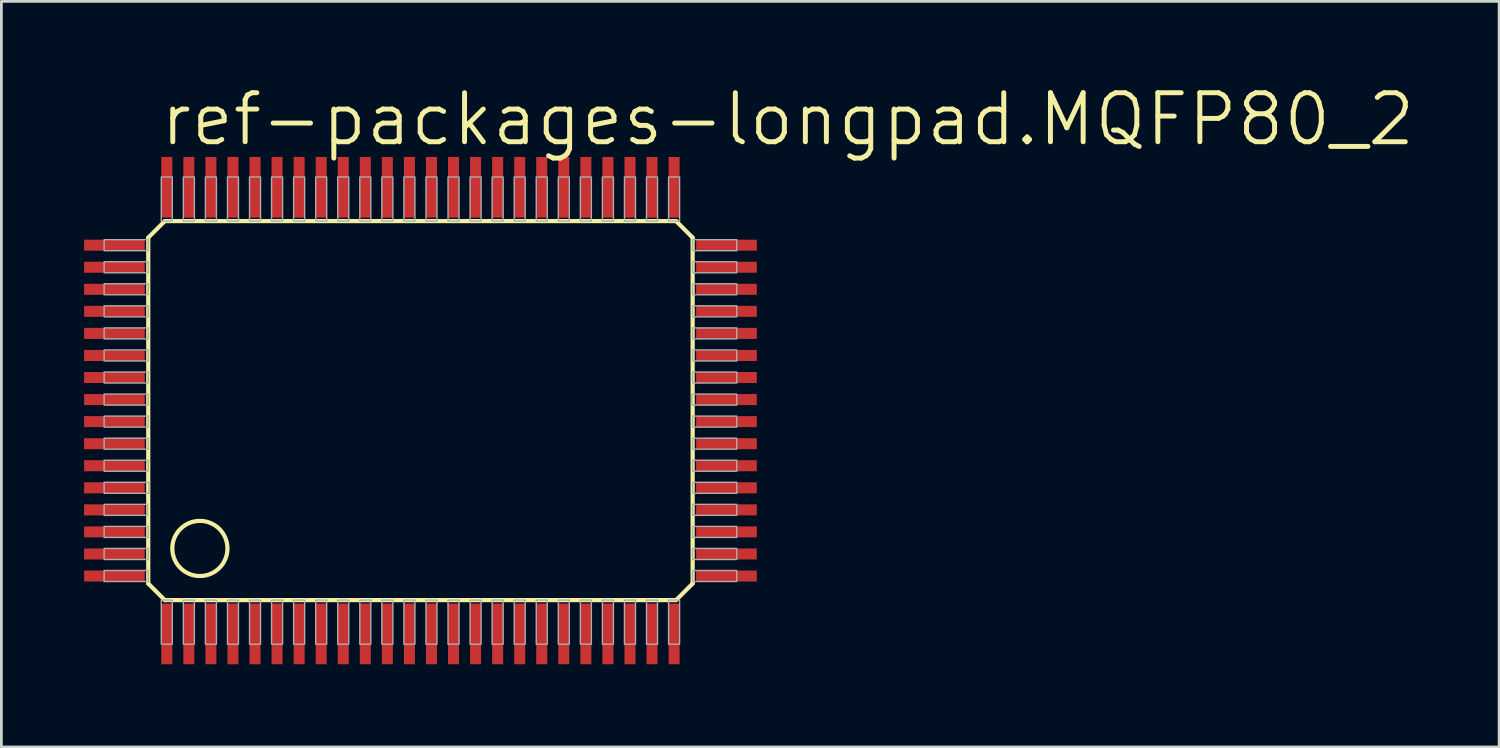
<source format=kicad_pcb>
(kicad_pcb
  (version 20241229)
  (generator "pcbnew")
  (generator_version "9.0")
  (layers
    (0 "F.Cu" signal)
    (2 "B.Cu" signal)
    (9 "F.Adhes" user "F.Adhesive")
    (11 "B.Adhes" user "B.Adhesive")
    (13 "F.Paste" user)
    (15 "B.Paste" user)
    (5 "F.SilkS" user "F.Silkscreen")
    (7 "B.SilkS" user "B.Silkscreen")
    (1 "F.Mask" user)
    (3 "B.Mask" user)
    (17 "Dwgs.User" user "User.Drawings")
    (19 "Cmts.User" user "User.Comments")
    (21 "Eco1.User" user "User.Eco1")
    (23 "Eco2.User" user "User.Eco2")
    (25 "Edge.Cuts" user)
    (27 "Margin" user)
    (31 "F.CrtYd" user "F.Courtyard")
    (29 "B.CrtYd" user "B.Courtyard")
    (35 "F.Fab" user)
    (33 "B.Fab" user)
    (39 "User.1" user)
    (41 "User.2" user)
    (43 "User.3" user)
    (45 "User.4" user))
  (footprint "ref-packages-longpad.MQFP80_2"
    (layer "F.Cu")
    (at 12.2 11.843)
    (property "Reference" "ref-packages-longpad.MQFP80_2" (at -9.525 -9.525 0) (layer "F.SilkS") (effects (font (size 1.778 1.778) (thickness 0.18)) (justify left bottom)))
    (attr smd)
    (fp_line (start -9.873 -6.273) (end -9.273 -6.873) (stroke (width 0.152) (type default)) (layer "F.SilkS"))
    (fp_line (start -9.873 6.273) (end -9.873 -6.273) (stroke (width 0.152) (type default)) (layer "F.SilkS"))
    (fp_line (start -9.273 -6.873) (end 9.273 -6.873) (stroke (width 0.152) (type default)) (layer "F.SilkS"))
    (fp_line (start -9.273 6.873) (end -9.873 6.273) (stroke (width 0.152) (type default)) (layer "F.SilkS"))
    (fp_line (start 9.273 -6.873) (end 9.873 -6.273) (stroke (width 0.152) (type default)) (layer "F.SilkS"))
    (fp_line (start 9.273 6.873) (end -9.273 6.873) (stroke (width 0.152) (type default)) (layer "F.SilkS"))
    (fp_line (start 9.873 -6.273) (end 9.873 6.273) (stroke (width 0.152) (type default)) (layer "F.SilkS"))
    (fp_line (start 9.873 6.273) (end 9.273 6.873) (stroke (width 0.152) (type default)) (layer "F.SilkS"))
    (fp_circle (center -8 5) (end -7 5) (stroke (width 0.152) (type default)) (fill no) (layer "F.SilkS"))
    (fp_rect (start -11.473 -5.8) (end -9.873 -6.2) (stroke (width 0.05) (type default)) (fill no) (layer "F.Fab"))
    (fp_rect (start -11.473 -5) (end -9.873 -5.4) (stroke (width 0.05) (type default)) (fill no) (layer "F.Fab"))
    (fp_rect (start -11.473 -4.2) (end -9.873 -4.6) (stroke (width 0.05) (type default)) (fill no) (layer "F.Fab"))
    (fp_rect (start -11.473 -3.4) (end -9.873 -3.8) (stroke (width 0.05) (type default)) (fill no) (layer "F.Fab"))
    (fp_rect (start -11.473 -2.6) (end -9.873 -3) (stroke (width 0.05) (type default)) (fill no) (layer "F.Fab"))
    (fp_rect (start -11.473 -1.8) (end -9.873 -2.2) (stroke (width 0.05) (type default)) (fill no) (layer "F.Fab"))
    (fp_rect (start -11.473 -1) (end -9.873 -1.4) (stroke (width 0.05) (type default)) (fill no) (layer "F.Fab"))
    (fp_rect (start -11.473 -0.2) (end -9.873 -0.6) (stroke (width 0.05) (type default)) (fill no) (layer "F.Fab"))
    (fp_rect (start -11.473 0.6) (end -9.873 0.2) (stroke (width 0.05) (type default)) (fill no) (layer "F.Fab"))
    (fp_rect (start -11.473 1.4) (end -9.873 1) (stroke (width 0.05) (type default)) (fill no) (layer "F.Fab"))
    (fp_rect (start -11.473 2.2) (end -9.873 1.8) (stroke (width 0.05) (type default)) (fill no) (layer "F.Fab"))
    (fp_rect (start -11.473 3) (end -9.848 2.6) (stroke (width 0.05) (type default)) (fill no) (layer "F.Fab"))
    (fp_rect (start -11.473 3.8) (end -9.898 3.4) (stroke (width 0.05) (type default)) (fill no) (layer "F.Fab"))
    (fp_rect (start -11.473 4.6) (end -9.873 4.2) (stroke (width 0.05) (type default)) (fill no) (layer "F.Fab"))
    (fp_rect (start -11.473 5.4) (end -9.873 5) (stroke (width 0.05) (type default)) (fill no) (layer "F.Fab"))
    (fp_rect (start -11.473 6.2) (end -9.873 5.8) (stroke (width 0.05) (type default)) (fill no) (layer "F.Fab"))
    (fp_rect (start -9.4 -6.873) (end -9 -8.473) (stroke (width 0.05) (type default)) (fill no) (layer "F.Fab"))
    (fp_rect (start -9.4 8.473) (end -9 6.873) (stroke (width 0.05) (type default)) (fill no) (layer "F.Fab"))
    (fp_rect (start -8.6 -6.873) (end -8.2 -8.473) (stroke (width 0.05) (type default)) (fill no) (layer "F.Fab"))
    (fp_rect (start -8.6 8.473) (end -8.2 6.873) (stroke (width 0.05) (type default)) (fill no) (layer "F.Fab"))
    (fp_rect (start -7.8 -6.873) (end -7.4 -8.473) (stroke (width 0.05) (type default)) (fill no) (layer "F.Fab"))
    (fp_rect (start -7.8 8.473) (end -7.4 6.873) (stroke (width 0.05) (type default)) (fill no) (layer "F.Fab"))
    (fp_rect (start -7 -6.873) (end -6.6 -8.473) (stroke (width 0.05) (type default)) (fill no) (layer "F.Fab"))
    (fp_rect (start -7 8.473) (end -6.6 6.873) (stroke (width 0.05) (type default)) (fill no) (layer "F.Fab"))
    (fp_rect (start -6.2 -6.873) (end -5.8 -8.473) (stroke (width 0.05) (type default)) (fill no) (layer "F.Fab"))
    (fp_rect (start -6.2 8.473) (end -5.8 6.873) (stroke (width 0.05) (type default)) (fill no) (layer "F.Fab"))
    (fp_rect (start -5.4 -6.873) (end -5 -8.473) (stroke (width 0.05) (type default)) (fill no) (layer "F.Fab"))
    (fp_rect (start -5.4 8.473) (end -5 6.873) (stroke (width 0.05) (type default)) (fill no) (layer "F.Fab"))
    (fp_rect (start -4.6 -6.873) (end -4.2 -8.473) (stroke (width 0.05) (type default)) (fill no) (layer "F.Fab"))
    (fp_rect (start -4.6 8.473) (end -4.2 6.873) (stroke (width 0.05) (type default)) (fill no) (layer "F.Fab"))
    (fp_rect (start -3.8 -6.873) (end -3.4 -8.473) (stroke (width 0.05) (type default)) (fill no) (layer "F.Fab"))
    (fp_rect (start -3.8 8.473) (end -3.4 6.873) (stroke (width 0.05) (type default)) (fill no) (layer "F.Fab"))
    (fp_rect (start -3 -6.873) (end -2.6 -8.473) (stroke (width 0.05) (type default)) (fill no) (layer "F.Fab"))
    (fp_rect (start -3 8.473) (end -2.6 6.873) (stroke (width 0.05) (type default)) (fill no) (layer "F.Fab"))
    (fp_rect (start -2.2 -6.873) (end -1.8 -8.473) (stroke (width 0.05) (type default)) (fill no) (layer "F.Fab"))
    (fp_rect (start -2.2 8.473) (end -1.8 6.873) (stroke (width 0.05) (type default)) (fill no) (layer "F.Fab"))
    (fp_rect (start -1.4 -6.873) (end -1 -8.473) (stroke (width 0.05) (type default)) (fill no) (layer "F.Fab"))
    (fp_rect (start -1.4 8.473) (end -1 6.873) (stroke (width 0.05) (type default)) (fill no) (layer "F.Fab"))
    (fp_rect (start -0.6 -6.873) (end -0.2 -8.473) (stroke (width 0.05) (type default)) (fill no) (layer "F.Fab"))
    (fp_rect (start -0.6 8.473) (end -0.2 6.873) (stroke (width 0.05) (type default)) (fill no) (layer "F.Fab"))
    (fp_rect (start 0.2 -6.873) (end 0.6 -8.473) (stroke (width 0.05) (type default)) (fill no) (layer "F.Fab"))
    (fp_rect (start 0.2 8.473) (end 0.6 6.873) (stroke (width 0.05) (type default)) (fill no) (layer "F.Fab"))
    (fp_rect (start 1 -6.873) (end 1.4 -8.473) (stroke (width 0.05) (type default)) (fill no) (layer "F.Fab"))
    (fp_rect (start 1 8.473) (end 1.4 6.873) (stroke (width 0.05) (type default)) (fill no) (layer "F.Fab"))
    (fp_rect (start 1.8 -6.873) (end 2.2 -8.473) (stroke (width 0.05) (type default)) (fill no) (layer "F.Fab"))
    (fp_rect (start 1.8 8.473) (end 2.2 6.873) (stroke (width 0.05) (type default)) (fill no) (layer "F.Fab"))
    (fp_rect (start 2.6 -6.873) (end 3 -8.473) (stroke (width 0.05) (type default)) (fill no) (layer "F.Fab"))
    (fp_rect (start 2.6 8.473) (end 3 6.873) (stroke (width 0.05) (type default)) (fill no) (layer "F.Fab"))
    (fp_rect (start 3.4 -6.873) (end 3.8 -8.473) (stroke (width 0.05) (type default)) (fill no) (layer "F.Fab"))
    (fp_rect (start 3.4 8.473) (end 3.8 6.873) (stroke (width 0.05) (type default)) (fill no) (layer "F.Fab"))
    (fp_rect (start 4.2 -6.873) (end 4.6 -8.473) (stroke (width 0.05) (type default)) (fill no) (layer "F.Fab"))
    (fp_rect (start 4.2 8.473) (end 4.6 6.873) (stroke (width 0.05) (type default)) (fill no) (layer "F.Fab"))
    (fp_rect (start 5 -6.873) (end 5.4 -8.473) (stroke (width 0.05) (type default)) (fill no) (layer "F.Fab"))
    (fp_rect (start 5 8.473) (end 5.4 6.873) (stroke (width 0.05) (type default)) (fill no) (layer "F.Fab"))
    (fp_rect (start 5.8 -6.873) (end 6.2 -8.473) (stroke (width 0.05) (type default)) (fill no) (layer "F.Fab"))
    (fp_rect (start 5.8 8.473) (end 6.2 6.873) (stroke (width 0.05) (type default)) (fill no) (layer "F.Fab"))
    (fp_rect (start 6.6 -6.873) (end 7 -8.473) (stroke (width 0.05) (type default)) (fill no) (layer "F.Fab"))
    (fp_rect (start 6.6 8.473) (end 7 6.873) (stroke (width 0.05) (type default)) (fill no) (layer "F.Fab"))
    (fp_rect (start 7.4 -6.873) (end 7.8 -8.473) (stroke (width 0.05) (type default)) (fill no) (layer "F.Fab"))
    (fp_rect (start 7.4 8.473) (end 7.8 6.873) (stroke (width 0.05) (type default)) (fill no) (layer "F.Fab"))
    (fp_rect (start 8.2 -6.873) (end 8.6 -8.473) (stroke (width 0.05) (type default)) (fill no) (layer "F.Fab"))
    (fp_rect (start 8.2 8.473) (end 8.6 6.873) (stroke (width 0.05) (type default)) (fill no) (layer "F.Fab"))
    (fp_rect (start 9 -6.873) (end 9.4 -8.473) (stroke (width 0.05) (type default)) (fill no) (layer "F.Fab"))
    (fp_rect (start 9 8.473) (end 9.4 6.873) (stroke (width 0.05) (type default)) (fill no) (layer "F.Fab"))
    (fp_rect (start 9.848 -0.2) (end 11.473 -0.6) (stroke (width 0.05) (type default)) (fill no) (layer "F.Fab"))
    (fp_rect (start 9.873 -5.8) (end 11.473 -6.2) (stroke (width 0.05) (type default)) (fill no) (layer "F.Fab"))
    (fp_rect (start 9.873 -5) (end 11.473 -5.4) (stroke (width 0.05) (type default)) (fill no) (layer "F.Fab"))
    (fp_rect (start 9.873 -4.2) (end 11.473 -4.6) (stroke (width 0.05) (type default)) (fill no) (layer "F.Fab"))
    (fp_rect (start 9.873 -3.4) (end 11.473 -3.8) (stroke (width 0.05) (type default)) (fill no) (layer "F.Fab"))
    (fp_rect (start 9.873 -2.6) (end 11.473 -3) (stroke (width 0.05) (type default)) (fill no) (layer "F.Fab"))
    (fp_rect (start 9.873 -1.8) (end 11.473 -2.2) (stroke (width 0.05) (type default)) (fill no) (layer "F.Fab"))
    (fp_rect (start 9.873 -1) (end 11.473 -1.4) (stroke (width 0.05) (type default)) (fill no) (layer "F.Fab"))
    (fp_rect (start 9.873 0.6) (end 11.473 0.2) (stroke (width 0.05) (type default)) (fill no) (layer "F.Fab"))
    (fp_rect (start 9.873 1.4) (end 11.473 1) (stroke (width 0.05) (type default)) (fill no) (layer "F.Fab"))
    (fp_rect (start 9.873 2.2) (end 11.473 1.8) (stroke (width 0.05) (type default)) (fill no) (layer "F.Fab"))
    (fp_rect (start 9.873 3) (end 11.473 2.6) (stroke (width 0.05) (type default)) (fill no) (layer "F.Fab"))
    (fp_rect (start 9.873 3.8) (end 11.473 3.4) (stroke (width 0.05) (type default)) (fill no) (layer "F.Fab"))
    (fp_rect (start 9.873 4.6) (end 11.473 4.2) (stroke (width 0.05) (type default)) (fill no) (layer "F.Fab"))
    (fp_rect (start 9.873 5.4) (end 11.473 5) (stroke (width 0.05) (type default)) (fill no) (layer "F.Fab"))
    (fp_rect (start 9.873 6.2) (end 11.473 5.8) (stroke (width 0.05) (type default)) (fill no) (layer "F.Fab"))
    (pad "1" smd roundrect (at -9.2 8.1) (size 0.4 2.2) (layers "F.Cu" "F.Mask" "F.Paste") (roundrect_rratio 0.01))
    (pad "2" smd roundrect (at -8.4 8.1) (size 0.4 2.2) (layers "F.Cu" "F.Mask" "F.Paste") (roundrect_rratio 0.01))
    (pad "3" smd roundrect (at -7.6 8.1) (size 0.4 2.2) (layers "F.Cu" "F.Mask" "F.Paste") (roundrect_rratio 0.01))
    (pad "4" smd roundrect (at -6.8 8.1) (size 0.4 2.2) (layers "F.Cu" "F.Mask" "F.Paste") (roundrect_rratio 0.01))
    (pad "5" smd roundrect (at -6 8.1) (size 0.4 2.2) (layers "F.Cu" "F.Mask" "F.Paste") (roundrect_rratio 0.01))
    (pad "6" smd roundrect (at -5.2 8.1) (size 0.4 2.2) (layers "F.Cu" "F.Mask" "F.Paste") (roundrect_rratio 0.01))
    (pad "7" smd roundrect (at -4.4 8.1) (size 0.4 2.2) (layers "F.Cu" "F.Mask" "F.Paste") (roundrect_rratio 0.01))
    (pad "8" smd roundrect (at -3.6 8.1) (size 0.4 2.2) (layers "F.Cu" "F.Mask" "F.Paste") (roundrect_rratio 0.01))
    (pad "9" smd roundrect (at -2.8 8.1) (size 0.4 2.2) (layers "F.Cu" "F.Mask" "F.Paste") (roundrect_rratio 0.01))
    (pad "10" smd roundrect (at -2 8.1) (size 0.4 2.2) (layers "F.Cu" "F.Mask" "F.Paste") (roundrect_rratio 0.01))
    (pad "11" smd roundrect (at -1.2 8.1) (size 0.4 2.2) (layers "F.Cu" "F.Mask" "F.Paste") (roundrect_rratio 0.01))
    (pad "12" smd roundrect (at -0.4 8.1) (size 0.4 2.2) (layers "F.Cu" "F.Mask" "F.Paste") (roundrect_rratio 0.01))
    (pad "13" smd roundrect (at 0.4 8.1) (size 0.4 2.2) (layers "F.Cu" "F.Mask" "F.Paste") (roundrect_rratio 0.01))
    (pad "14" smd roundrect (at 1.2 8.1) (size 0.4 2.2) (layers "F.Cu" "F.Mask" "F.Paste") (roundrect_rratio 0.01))
    (pad "15" smd roundrect (at 2 8.1) (size 0.4 2.2) (layers "F.Cu" "F.Mask" "F.Paste") (roundrect_rratio 0.01))
    (pad "16" smd roundrect (at 2.8 8.1) (size 0.4 2.2) (layers "F.Cu" "F.Mask" "F.Paste") (roundrect_rratio 0.01))
    (pad "17" smd roundrect (at 3.6 8.1) (size 0.4 2.2) (layers "F.Cu" "F.Mask" "F.Paste") (roundrect_rratio 0.01))
    (pad "18" smd roundrect (at 4.4 8.1) (size 0.4 2.2) (layers "F.Cu" "F.Mask" "F.Paste") (roundrect_rratio 0.01))
    (pad "19" smd roundrect (at 5.2 8.1) (size 0.4 2.2) (layers "F.Cu" "F.Mask" "F.Paste") (roundrect_rratio 0.01))
    (pad "20" smd roundrect (at 6 8.1) (size 0.4 2.2) (layers "F.Cu" "F.Mask" "F.Paste") (roundrect_rratio 0.01))
    (pad "21" smd roundrect (at 6.8 8.1) (size 0.4 2.2) (layers "F.Cu" "F.Mask" "F.Paste") (roundrect_rratio 0.01))
    (pad "22" smd roundrect (at 7.6 8.1) (size 0.4 2.2) (layers "F.Cu" "F.Mask" "F.Paste") (roundrect_rratio 0.01))
    (pad "23" smd roundrect (at 8.4 8.1) (size 0.4 2.2) (layers "F.Cu" "F.Mask" "F.Paste") (roundrect_rratio 0.01))
    (pad "24" smd roundrect (at 9.2 8.1) (size 0.4 2.2) (layers "F.Cu" "F.Mask" "F.Paste") (roundrect_rratio 0.01))
    (pad "25" smd roundrect (at 11.1 6) (size 2.2 0.4) (layers "F.Cu" "F.Mask" "F.Paste") (roundrect_rratio 0.01))
    (pad "26" smd roundrect (at 11.1 5.2) (size 2.2 0.4) (layers "F.Cu" "F.Mask" "F.Paste") (roundrect_rratio 0.01))
    (pad "27" smd roundrect (at 11.1 4.4) (size 2.2 0.4) (layers "F.Cu" "F.Mask" "F.Paste") (roundrect_rratio 0.01))
    (pad "28" smd roundrect (at 11.1 3.6) (size 2.2 0.4) (layers "F.Cu" "F.Mask" "F.Paste") (roundrect_rratio 0.01))
    (pad "29" smd roundrect (at 11.1 2.8) (size 2.2 0.4) (layers "F.Cu" "F.Mask" "F.Paste") (roundrect_rratio 0.01))
    (pad "30" smd roundrect (at 11.1 2) (size 2.2 0.4) (layers "F.Cu" "F.Mask" "F.Paste") (roundrect_rratio 0.01))
    (pad "31" smd roundrect (at 11.1 1.2) (size 2.2 0.4) (layers "F.Cu" "F.Mask" "F.Paste") (roundrect_rratio 0.01))
    (pad "32" smd roundrect (at 11.1 0.4) (size 2.2 0.4) (layers "F.Cu" "F.Mask" "F.Paste") (roundrect_rratio 0.01))
    (pad "33" smd roundrect (at 11.1 -0.4) (size 2.2 0.4) (layers "F.Cu" "F.Mask" "F.Paste") (roundrect_rratio 0.01))
    (pad "34" smd roundrect (at 11.1 -1.2) (size 2.2 0.4) (layers "F.Cu" "F.Mask" "F.Paste") (roundrect_rratio 0.01))
    (pad "35" smd roundrect (at 11.1 -2) (size 2.2 0.4) (layers "F.Cu" "F.Mask" "F.Paste") (roundrect_rratio 0.01))
    (pad "36" smd roundrect (at 11.1 -2.8) (size 2.2 0.4) (layers "F.Cu" "F.Mask" "F.Paste") (roundrect_rratio 0.01))
    (pad "37" smd roundrect (at 11.1 -3.6) (size 2.2 0.4) (layers "F.Cu" "F.Mask" "F.Paste") (roundrect_rratio 0.01))
    (pad "38" smd roundrect (at 11.1 -4.4) (size 2.2 0.4) (layers "F.Cu" "F.Mask" "F.Paste") (roundrect_rratio 0.01))
    (pad "39" smd roundrect (at 11.1 -5.2) (size 2.2 0.4) (layers "F.Cu" "F.Mask" "F.Paste") (roundrect_rratio 0.01))
    (pad "40" smd roundrect (at 11.1 -6) (size 2.2 0.4) (layers "F.Cu" "F.Mask" "F.Paste") (roundrect_rratio 0.01))
    (pad "41" smd roundrect (at 9.2 -8.1) (size 0.4 2.2) (layers "F.Cu" "F.Mask" "F.Paste") (roundrect_rratio 0.01))
    (pad "42" smd roundrect (at 8.4 -8.1) (size 0.4 2.2) (layers "F.Cu" "F.Mask" "F.Paste") (roundrect_rratio 0.01))
    (pad "43" smd roundrect (at 7.6 -8.1) (size 0.4 2.2) (layers "F.Cu" "F.Mask" "F.Paste") (roundrect_rratio 0.01))
    (pad "44" smd roundrect (at 6.8 -8.1) (size 0.4 2.2) (layers "F.Cu" "F.Mask" "F.Paste") (roundrect_rratio 0.01))
    (pad "45" smd roundrect (at 6 -8.1) (size 0.4 2.2) (layers "F.Cu" "F.Mask" "F.Paste") (roundrect_rratio 0.01))
    (pad "46" smd roundrect (at 5.2 -8.1) (size 0.4 2.2) (layers "F.Cu" "F.Mask" "F.Paste") (roundrect_rratio 0.01))
    (pad "47" smd roundrect (at 4.4 -8.1) (size 0.4 2.2) (layers "F.Cu" "F.Mask" "F.Paste") (roundrect_rratio 0.01))
    (pad "48" smd roundrect (at 3.6 -8.1) (size 0.4 2.2) (layers "F.Cu" "F.Mask" "F.Paste") (roundrect_rratio 0.01))
    (pad "49" smd roundrect (at 2.8 -8.1) (size 0.4 2.2) (layers "F.Cu" "F.Mask" "F.Paste") (roundrect_rratio 0.01))
    (pad "50" smd roundrect (at 2 -8.1) (size 0.4 2.2) (layers "F.Cu" "F.Mask" "F.Paste") (roundrect_rratio 0.01))
    (pad "51" smd roundrect (at 1.2 -8.1) (size 0.4 2.2) (layers "F.Cu" "F.Mask" "F.Paste") (roundrect_rratio 0.01))
    (pad "52" smd roundrect (at 0.4 -8.1) (size 0.4 2.2) (layers "F.Cu" "F.Mask" "F.Paste") (roundrect_rratio 0.01))
    (pad "53" smd roundrect (at -0.4 -8.1) (size 0.4 2.2) (layers "F.Cu" "F.Mask" "F.Paste") (roundrect_rratio 0.01))
    (pad "54" smd roundrect (at -1.2 -8.1) (size 0.4 2.2) (layers "F.Cu" "F.Mask" "F.Paste") (roundrect_rratio 0.01))
    (pad "55" smd roundrect (at -2 -8.1) (size 0.4 2.2) (layers "F.Cu" "F.Mask" "F.Paste") (roundrect_rratio 0.01))
    (pad "56" smd roundrect (at -2.8 -8.1) (size 0.4 2.2) (layers "F.Cu" "F.Mask" "F.Paste") (roundrect_rratio 0.01))
    (pad "57" smd roundrect (at -3.6 -8.1) (size 0.4 2.2) (layers "F.Cu" "F.Mask" "F.Paste") (roundrect_rratio 0.01))
    (pad "58" smd roundrect (at -4.4 -8.1) (size 0.4 2.2) (layers "F.Cu" "F.Mask" "F.Paste") (roundrect_rratio 0.01))
    (pad "59" smd roundrect (at -5.2 -8.1) (size 0.4 2.2) (layers "F.Cu" "F.Mask" "F.Paste") (roundrect_rratio 0.01))
    (pad "60" smd roundrect (at -6 -8.1) (size 0.4 2.2) (layers "F.Cu" "F.Mask" "F.Paste") (roundrect_rratio 0.01))
    (pad "61" smd roundrect (at -6.8 -8.1) (size 0.4 2.2) (layers "F.Cu" "F.Mask" "F.Paste") (roundrect_rratio 0.01))
    (pad "62" smd roundrect (at -7.6 -8.1) (size 0.4 2.2) (layers "F.Cu" "F.Mask" "F.Paste") (roundrect_rratio 0.01))
    (pad "63" smd roundrect (at -8.4 -8.1) (size 0.4 2.2) (layers "F.Cu" "F.Mask" "F.Paste") (roundrect_rratio 0.01))
    (pad "64" smd roundrect (at -9.2 -8.1) (size 0.4 2.2) (layers "F.Cu" "F.Mask" "F.Paste") (roundrect_rratio 0.01))
    (pad "65" smd roundrect (at -11.1 -6) (size 2.2 0.4) (layers "F.Cu" "F.Mask" "F.Paste") (roundrect_rratio 0.01))
    (pad "66" smd roundrect (at -11.1 -5.2) (size 2.2 0.4) (layers "F.Cu" "F.Mask" "F.Paste") (roundrect_rratio 0.01))
    (pad "67" smd roundrect (at -11.1 -4.4) (size 2.2 0.4) (layers "F.Cu" "F.Mask" "F.Paste") (roundrect_rratio 0.01))
    (pad "68" smd roundrect (at -11.1 -3.6) (size 2.2 0.4) (layers "F.Cu" "F.Mask" "F.Paste") (roundrect_rratio 0.01))
    (pad "69" smd roundrect (at -11.1 -2.8) (size 2.2 0.4) (layers "F.Cu" "F.Mask" "F.Paste") (roundrect_rratio 0.01))
    (pad "70" smd roundrect (at -11.1 -2) (size 2.2 0.4) (layers "F.Cu" "F.Mask" "F.Paste") (roundrect_rratio 0.01))
    (pad "71" smd roundrect (at -11.1 -1.2) (size 2.2 0.4) (layers "F.Cu" "F.Mask" "F.Paste") (roundrect_rratio 0.01))
    (pad "72" smd roundrect (at -11.1 -0.4) (size 2.2 0.4) (layers "F.Cu" "F.Mask" "F.Paste") (roundrect_rratio 0.01))
    (pad "73" smd roundrect (at -11.1 0.4) (size 2.2 0.4) (layers "F.Cu" "F.Mask" "F.Paste") (roundrect_rratio 0.01))
    (pad "74" smd roundrect (at -11.1 1.2) (size 2.2 0.4) (layers "F.Cu" "F.Mask" "F.Paste") (roundrect_rratio 0.01))
    (pad "75" smd roundrect (at -11.1 2) (size 2.2 0.4) (layers "F.Cu" "F.Mask" "F.Paste") (roundrect_rratio 0.01))
    (pad "76" smd roundrect (at -11.1 2.8) (size 2.2 0.4) (layers "F.Cu" "F.Mask" "F.Paste") (roundrect_rratio 0.01))
    (pad "77" smd roundrect (at -11.1 3.6) (size 2.2 0.4) (layers "F.Cu" "F.Mask" "F.Paste") (roundrect_rratio 0.01))
    (pad "78" smd roundrect (at -11.1 4.4) (size 2.2 0.4) (layers "F.Cu" "F.Mask" "F.Paste") (roundrect_rratio 0.01))
    (pad "79" smd roundrect (at -11.1 5.2) (size 2.2 0.4) (layers "F.Cu" "F.Mask" "F.Paste") (roundrect_rratio 0.01))
    (pad "80" smd roundrect (at -11.1 6) (size 2.2 0.4) (layers "F.Cu" "F.Mask" "F.Paste") (roundrect_rratio 0.01)))
  (gr_rect
    (start -3 -3)
    (end 51.325 24.043)
    (stroke (width 0.1) (type default))
    (fill no)
    (layer "Edge.Cuts")))
</source>
